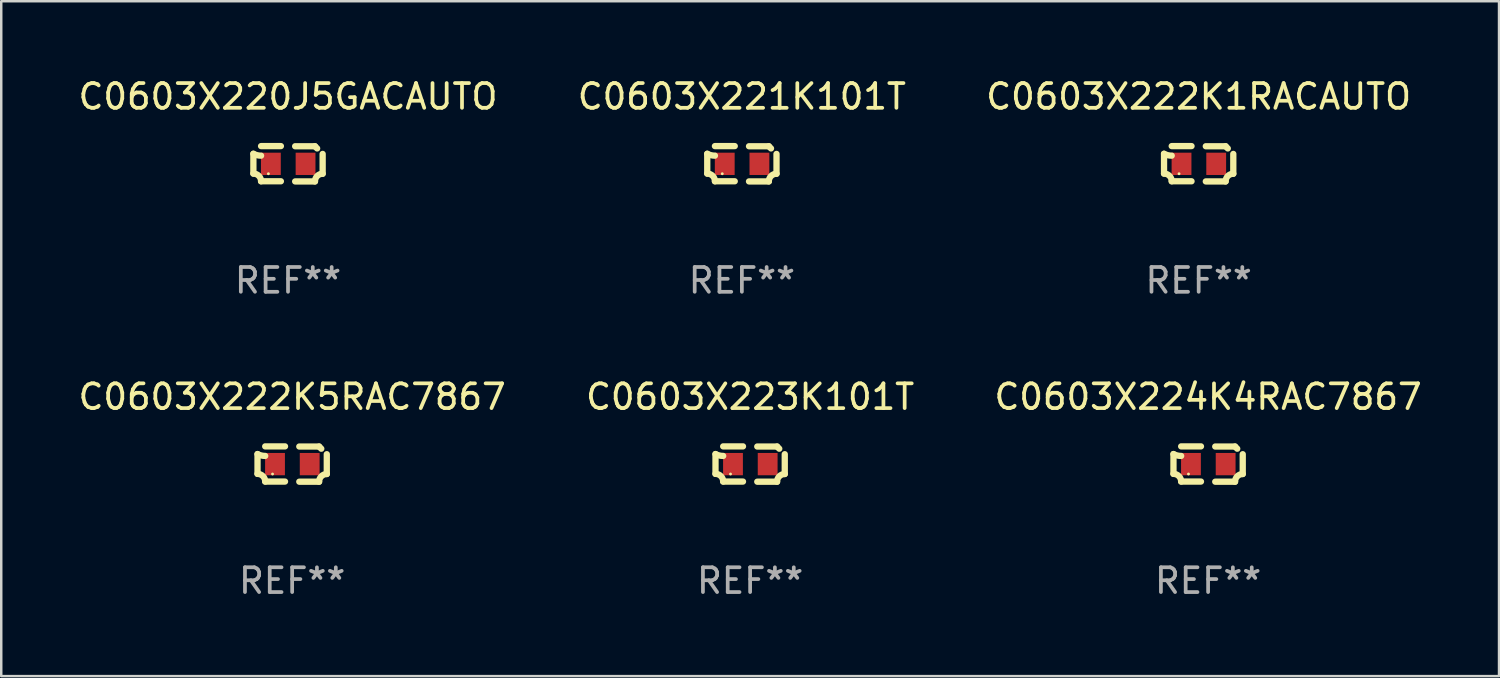
<source format=kicad_pcb>
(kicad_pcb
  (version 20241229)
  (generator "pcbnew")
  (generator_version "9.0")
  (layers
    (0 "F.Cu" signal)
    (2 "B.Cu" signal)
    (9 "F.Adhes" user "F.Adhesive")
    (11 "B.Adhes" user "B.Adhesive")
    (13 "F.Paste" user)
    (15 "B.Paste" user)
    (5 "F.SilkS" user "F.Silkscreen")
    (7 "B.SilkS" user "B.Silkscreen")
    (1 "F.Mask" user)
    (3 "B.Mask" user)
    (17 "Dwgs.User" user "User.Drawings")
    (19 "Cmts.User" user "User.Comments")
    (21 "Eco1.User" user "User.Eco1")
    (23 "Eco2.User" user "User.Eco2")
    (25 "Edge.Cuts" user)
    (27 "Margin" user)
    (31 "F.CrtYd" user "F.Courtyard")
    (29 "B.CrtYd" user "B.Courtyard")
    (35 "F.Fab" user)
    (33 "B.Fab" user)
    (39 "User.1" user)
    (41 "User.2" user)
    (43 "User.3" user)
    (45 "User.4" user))
  (footprint "C0603X223K101T"
    (layer "F.Cu")
    (at 27.232 15.683)
    (property "Reference" "C0603X223K101T" (at 0 -2.713 0) (layer "F.SilkS") (effects (font (size 1 1) (thickness 0.15))))
    (attr through_hole)
    (fp_line (start -1.398 -0.403) (end -1.398 0.397) (stroke (width 0.254) (type solid)) (layer "F.SilkS"))
    (fp_line (start -0.288 -0.713) (end -1.088 -0.713) (stroke (width 0.254) (type solid)) (layer "F.SilkS"))
    (fp_line (start -0.288 0.707) (end -1.088 0.707) (stroke (width 0.254) (type solid)) (layer "F.SilkS"))
    (fp_line (start 0.288 -0.707) (end 1.088 -0.707) (stroke (width 0.254) (type solid)) (layer "F.SilkS"))
    (fp_line (start 0.288 0.713) (end 1.088 0.713) (stroke (width 0.254) (type solid)) (layer "F.SilkS"))
    (fp_line (start 1.398 -0.397) (end 1.398 0.403) (stroke (width 0.254) (type solid)) (layer "F.SilkS"))
    (fp_arc (start -1.397789 0.397066) (mid -1.178701 0.487826) (end -1.08796 0.706922) (stroke (width 0.254001) (type solid)) (layer "F.SilkS"))
    (fp_arc (start -1.08796 -0.327176) (mid -1.247436 -0.346384) (end -1.39779 -0.402908) (stroke (width 0.254001) (type solid)) (layer "F.SilkS"))
    (fp_arc (start 1.087909 0.712738) (mid 1.178656 0.493655) (end 1.397739 0.402908) (stroke (width 0.254001) (type solid)) (layer "F.SilkS"))
    (fp_arc (start 1.175925 -0.618926) (mid 1.131917 -0.662923) (end 1.08791 -0.706922) (stroke (width 0.254001) (type solid)) (layer "F.SilkS"))
    (fp_circle (center -0.792 0.403) (end -0.762 0.403) (stroke (width 0.06) (type solid)) (fill no) (layer "F.SilkS"))
    (fp_text user "REF**" (at 0 4.713 0) (layer "F.Fab") (effects (font (size 1 1) (thickness 0.15))))
    (pad "1" smd rect (at -0.692 0.003) (size 0.8 0.9) (layers "F.Cu" "F.Mask" "F.Paste"))
    (pad "2" smd rect (at 0.708 0.003) (size 0.8 0.9) (layers "F.Cu" "F.Mask" "F.Paste")))
  (footprint "C0603X224K4RAC7867"
    (layer "F.Cu")
    (at 45.72 15.683)
    (property "Reference" "C0603X224K4RAC7867" (at 0 -2.713 0) (layer "F.SilkS") (effects (font (size 1 1) (thickness 0.15))))
    (attr through_hole)
    (fp_line (start -1.398 -0.403) (end -1.398 0.397) (stroke (width 0.254) (type solid)) (layer "F.SilkS"))
    (fp_line (start -0.288 -0.713) (end -1.088 -0.713) (stroke (width 0.254) (type solid)) (layer "F.SilkS"))
    (fp_line (start -0.288 0.707) (end -1.088 0.707) (stroke (width 0.254) (type solid)) (layer "F.SilkS"))
    (fp_line (start 0.288 -0.707) (end 1.088 -0.707) (stroke (width 0.254) (type solid)) (layer "F.SilkS"))
    (fp_line (start 0.288 0.713) (end 1.088 0.713) (stroke (width 0.254) (type solid)) (layer "F.SilkS"))
    (fp_line (start 1.398 -0.397) (end 1.398 0.403) (stroke (width 0.254) (type solid)) (layer "F.SilkS"))
    (fp_arc (start -1.397789 0.397066) (mid -1.178701 0.487826) (end -1.08796 0.706922) (stroke (width 0.254001) (type solid)) (layer "F.SilkS"))
    (fp_arc (start -1.08796 -0.327176) (mid -1.247436 -0.346384) (end -1.39779 -0.402908) (stroke (width 0.254001) (type solid)) (layer "F.SilkS"))
    (fp_arc (start 1.087909 0.712738) (mid 1.178656 0.493655) (end 1.397739 0.402908) (stroke (width 0.254001) (type solid)) (layer "F.SilkS"))
    (fp_arc (start 1.175925 -0.618926) (mid 1.131917 -0.662923) (end 1.08791 -0.706922) (stroke (width 0.254001) (type solid)) (layer "F.SilkS"))
    (fp_circle (center -0.792 0.403) (end -0.762 0.403) (stroke (width 0.06) (type solid)) (fill no) (layer "F.SilkS"))
    (fp_text user "REF**" (at 0 4.713 0) (layer "F.Fab") (effects (font (size 1 1) (thickness 0.15))))
    (pad "1" smd rect (at -0.692 0.003) (size 0.8 0.9) (layers "F.Cu" "F.Mask" "F.Paste"))
    (pad "2" smd rect (at 0.708 0.003) (size 0.8 0.9) (layers "F.Cu" "F.Mask" "F.Paste")))
  (footprint "C0603X221K101T"
    (layer "F.Cu")
    (at 26.899 3.561)
    (property "Reference" "C0603X221K101T" (at 0 -2.713 0) (layer "F.SilkS") (effects (font (size 1 1) (thickness 0.15))))
    (attr through_hole)
    (fp_line (start -1.398 -0.403) (end -1.398 0.397) (stroke (width 0.254) (type solid)) (layer "F.SilkS"))
    (fp_line (start -0.288 -0.713) (end -1.088 -0.713) (stroke (width 0.254) (type solid)) (layer "F.SilkS"))
    (fp_line (start -0.288 0.707) (end -1.088 0.707) (stroke (width 0.254) (type solid)) (layer "F.SilkS"))
    (fp_line (start 0.288 -0.707) (end 1.088 -0.707) (stroke (width 0.254) (type solid)) (layer "F.SilkS"))
    (fp_line (start 0.288 0.713) (end 1.088 0.713) (stroke (width 0.254) (type solid)) (layer "F.SilkS"))
    (fp_line (start 1.398 -0.397) (end 1.398 0.403) (stroke (width 0.254) (type solid)) (layer "F.SilkS"))
    (fp_arc (start -1.397789 0.397066) (mid -1.178701 0.487826) (end -1.08796 0.706922) (stroke (width 0.254001) (type solid)) (layer "F.SilkS"))
    (fp_arc (start -1.08796 -0.327176) (mid -1.247436 -0.346384) (end -1.39779 -0.402908) (stroke (width 0.254001) (type solid)) (layer "F.SilkS"))
    (fp_arc (start 1.087909 0.712738) (mid 1.178656 0.493655) (end 1.397739 0.402908) (stroke (width 0.254001) (type solid)) (layer "F.SilkS"))
    (fp_arc (start 1.175925 -0.618926) (mid 1.131917 -0.662923) (end 1.08791 -0.706922) (stroke (width 0.254001) (type solid)) (layer "F.SilkS"))
    (fp_circle (center -0.792 0.403) (end -0.762 0.403) (stroke (width 0.06) (type solid)) (fill no) (layer "F.SilkS"))
    (fp_text user "REF**" (at 0 4.713 0) (layer "F.Fab") (effects (font (size 1 1) (thickness 0.15))))
    (pad "1" smd rect (at -0.692 0.003) (size 0.8 0.9) (layers "F.Cu" "F.Mask" "F.Paste"))
    (pad "2" smd rect (at 0.708 0.003) (size 0.8 0.9) (layers "F.Cu" "F.Mask" "F.Paste")))
  (footprint "C0603X220J5GACAUTO"
    (layer "F.Cu")
    (at 8.577 3.561)
    (property "Reference" "C0603X220J5GACAUTO" (at 0 -2.713 0) (layer "F.SilkS") (effects (font (size 1 1) (thickness 0.15))))
    (attr through_hole)
    (fp_line (start -1.398 -0.403) (end -1.398 0.397) (stroke (width 0.254) (type solid)) (layer "F.SilkS"))
    (fp_line (start -0.288 -0.713) (end -1.088 -0.713) (stroke (width 0.254) (type solid)) (layer "F.SilkS"))
    (fp_line (start -0.288 0.707) (end -1.088 0.707) (stroke (width 0.254) (type solid)) (layer "F.SilkS"))
    (fp_line (start 0.288 -0.707) (end 1.088 -0.707) (stroke (width 0.254) (type solid)) (layer "F.SilkS"))
    (fp_line (start 0.288 0.713) (end 1.088 0.713) (stroke (width 0.254) (type solid)) (layer "F.SilkS"))
    (fp_line (start 1.398 -0.397) (end 1.398 0.403) (stroke (width 0.254) (type solid)) (layer "F.SilkS"))
    (fp_arc (start -1.397789 0.397066) (mid -1.178701 0.487826) (end -1.08796 0.706922) (stroke (width 0.254001) (type solid)) (layer "F.SilkS"))
    (fp_arc (start -1.08796 -0.327176) (mid -1.247436 -0.346384) (end -1.39779 -0.402908) (stroke (width 0.254001) (type solid)) (layer "F.SilkS"))
    (fp_arc (start 1.087909 0.712738) (mid 1.178656 0.493655) (end 1.397739 0.402908) (stroke (width 0.254001) (type solid)) (layer "F.SilkS"))
    (fp_arc (start 1.175925 -0.618926) (mid 1.131917 -0.662923) (end 1.08791 -0.706922) (stroke (width 0.254001) (type solid)) (layer "F.SilkS"))
    (fp_circle (center -0.792 0.403) (end -0.762 0.403) (stroke (width 0.06) (type solid)) (fill no) (layer "F.SilkS"))
    (fp_text user "REF**" (at 0 4.713 0) (layer "F.Fab") (effects (font (size 1 1) (thickness 0.15))))
    (pad "1" smd rect (at -0.692 0.003) (size 0.8 0.9) (layers "F.Cu" "F.Mask" "F.Paste"))
    (pad "2" smd rect (at 0.708 0.003) (size 0.8 0.9) (layers "F.Cu" "F.Mask" "F.Paste")))
  (footprint "C0603X222K1RACAUTO"
    (layer "F.Cu")
    (at 45.339 3.561)
    (property "Reference" "C0603X222K1RACAUTO" (at 0 -2.713 0) (layer "F.SilkS") (effects (font (size 1 1) (thickness 0.15))))
    (attr through_hole)
    (fp_line (start -1.398 -0.403) (end -1.398 0.397) (stroke (width 0.254) (type solid)) (layer "F.SilkS"))
    (fp_line (start -0.288 -0.713) (end -1.088 -0.713) (stroke (width 0.254) (type solid)) (layer "F.SilkS"))
    (fp_line (start -0.288 0.707) (end -1.088 0.707) (stroke (width 0.254) (type solid)) (layer "F.SilkS"))
    (fp_line (start 0.288 -0.707) (end 1.088 -0.707) (stroke (width 0.254) (type solid)) (layer "F.SilkS"))
    (fp_line (start 0.288 0.713) (end 1.088 0.713) (stroke (width 0.254) (type solid)) (layer "F.SilkS"))
    (fp_line (start 1.398 -0.397) (end 1.398 0.403) (stroke (width 0.254) (type solid)) (layer "F.SilkS"))
    (fp_arc (start -1.397789 0.397066) (mid -1.178701 0.487826) (end -1.08796 0.706922) (stroke (width 0.254001) (type solid)) (layer "F.SilkS"))
    (fp_arc (start -1.08796 -0.327176) (mid -1.247436 -0.346384) (end -1.39779 -0.402908) (stroke (width 0.254001) (type solid)) (layer "F.SilkS"))
    (fp_arc (start 1.087909 0.712738) (mid 1.178656 0.493655) (end 1.397739 0.402908) (stroke (width 0.254001) (type solid)) (layer "F.SilkS"))
    (fp_arc (start 1.175925 -0.618926) (mid 1.131917 -0.662923) (end 1.08791 -0.706922) (stroke (width 0.254001) (type solid)) (layer "F.SilkS"))
    (fp_circle (center -0.792 0.403) (end -0.762 0.403) (stroke (width 0.06) (type solid)) (fill no) (layer "F.SilkS"))
    (fp_text user "REF**" (at 0 4.713 0) (layer "F.Fab") (effects (font (size 1 1) (thickness 0.15))))
    (pad "1" smd rect (at -0.692 0.003) (size 0.8 0.9) (layers "F.Cu" "F.Mask" "F.Paste"))
    (pad "2" smd rect (at 0.708 0.003) (size 0.8 0.9) (layers "F.Cu" "F.Mask" "F.Paste")))
  (footprint "C0603X222K5RAC7867"
    (layer "F.Cu")
    (at 8.744 15.683)
    (property "Reference" "C0603X222K5RAC7867" (at 0 -2.713 0) (layer "F.SilkS") (effects (font (size 1 1) (thickness 0.15))))
    (attr through_hole)
    (fp_line (start -1.398 -0.403) (end -1.398 0.397) (stroke (width 0.254) (type solid)) (layer "F.SilkS"))
    (fp_line (start -0.288 -0.713) (end -1.088 -0.713) (stroke (width 0.254) (type solid)) (layer "F.SilkS"))
    (fp_line (start -0.288 0.707) (end -1.088 0.707) (stroke (width 0.254) (type solid)) (layer "F.SilkS"))
    (fp_line (start 0.288 -0.707) (end 1.088 -0.707) (stroke (width 0.254) (type solid)) (layer "F.SilkS"))
    (fp_line (start 0.288 0.713) (end 1.088 0.713) (stroke (width 0.254) (type solid)) (layer "F.SilkS"))
    (fp_line (start 1.398 -0.397) (end 1.398 0.403) (stroke (width 0.254) (type solid)) (layer "F.SilkS"))
    (fp_arc (start -1.397789 0.397066) (mid -1.178701 0.487826) (end -1.08796 0.706922) (stroke (width 0.254001) (type solid)) (layer "F.SilkS"))
    (fp_arc (start -1.08796 -0.327176) (mid -1.247436 -0.346384) (end -1.39779 -0.402908) (stroke (width 0.254001) (type solid)) (layer "F.SilkS"))
    (fp_arc (start 1.087909 0.712738) (mid 1.178656 0.493655) (end 1.397739 0.402908) (stroke (width 0.254001) (type solid)) (layer "F.SilkS"))
    (fp_arc (start 1.175925 -0.618926) (mid 1.131917 -0.662923) (end 1.08791 -0.706922) (stroke (width 0.254001) (type solid)) (layer "F.SilkS"))
    (fp_circle (center -0.792 0.403) (end -0.762 0.403) (stroke (width 0.06) (type solid)) (fill no) (layer "F.SilkS"))
    (fp_text user "REF**" (at 0 4.713 0) (layer "F.Fab") (effects (font (size 1 1) (thickness 0.15))))
    (pad "1" smd rect (at -0.692 0.003) (size 0.8 0.9) (layers "F.Cu" "F.Mask" "F.Paste"))
    (pad "2" smd rect (at 0.708 0.003) (size 0.8 0.9) (layers "F.Cu" "F.Mask" "F.Paste")))
  (gr_rect
    (start -3 -3)
    (end 57.464 24.244)
    (stroke (width 0.1) (type default))
    (fill no)
    (layer "Edge.Cuts")))
</source>
